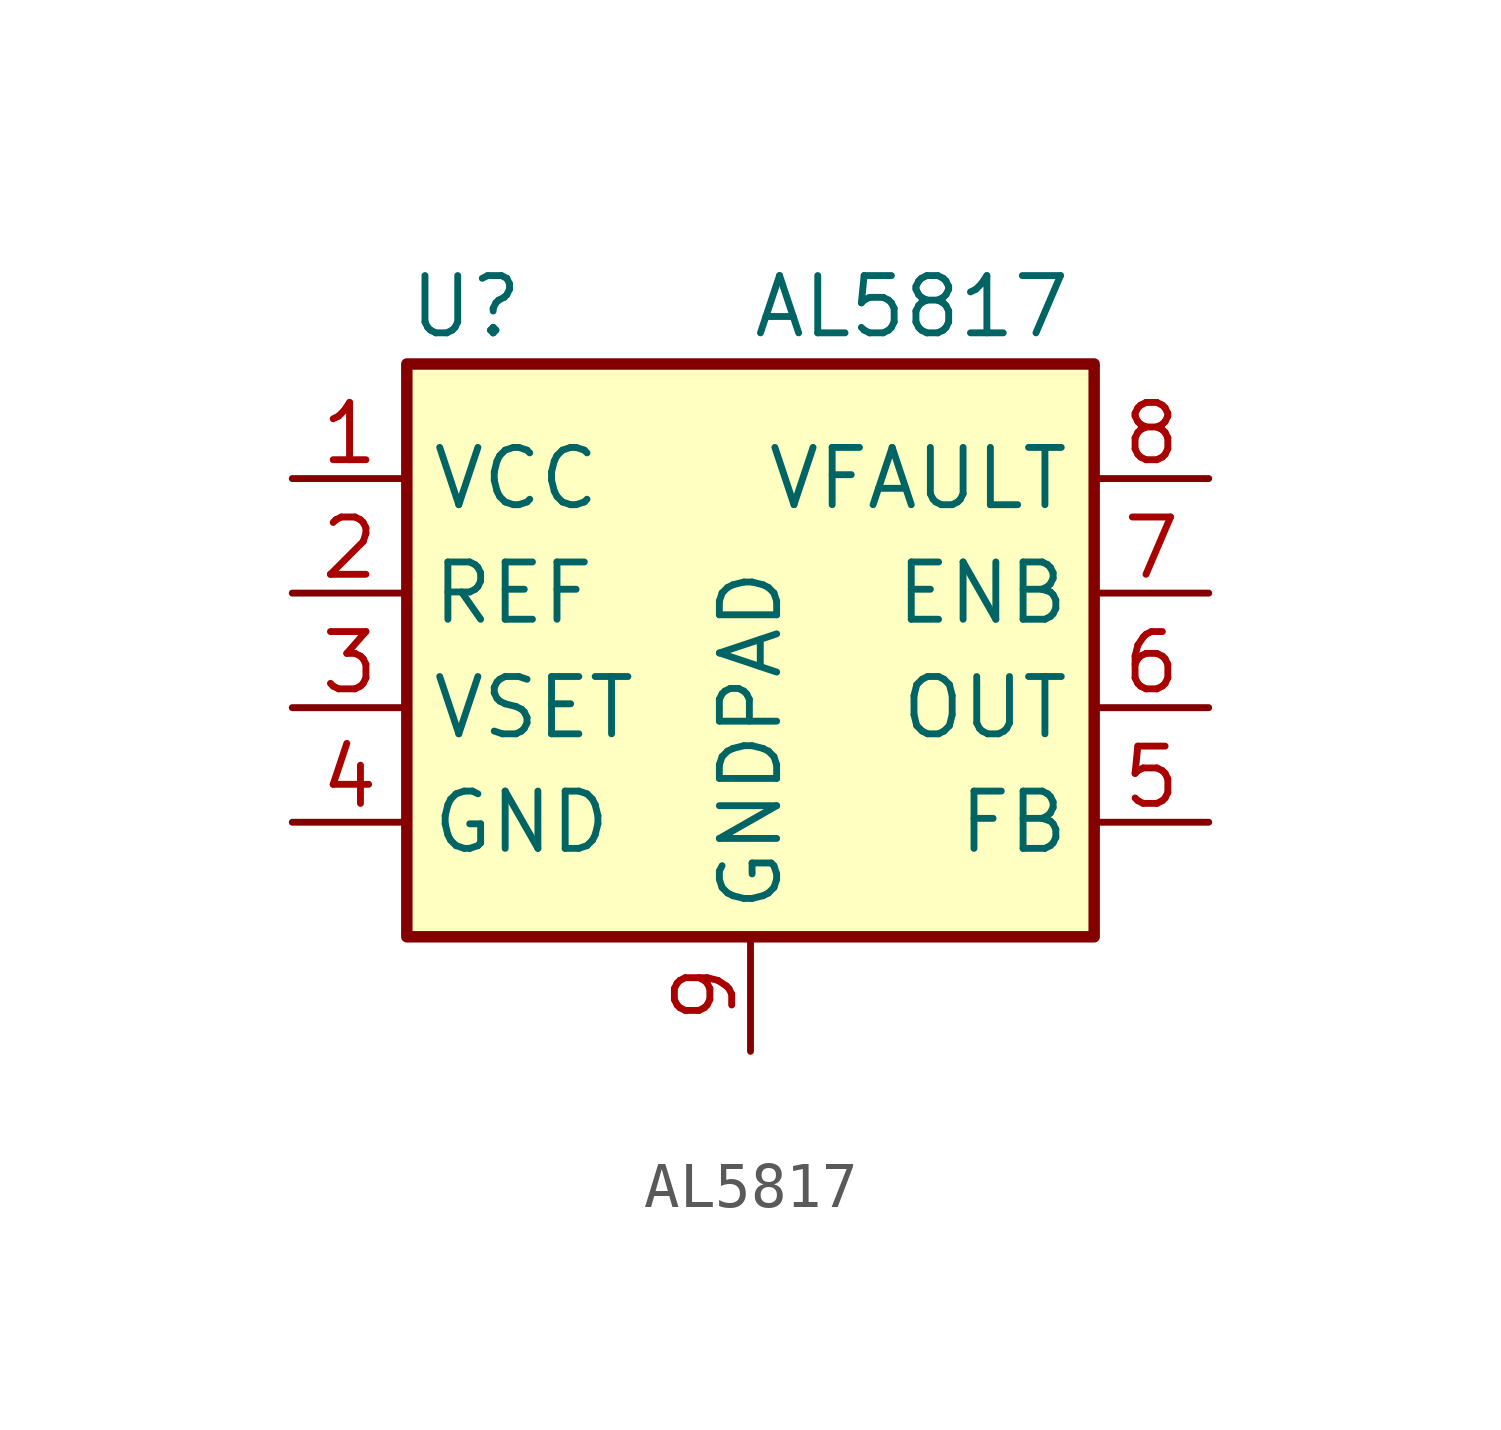
<source format=kicad_sym>
(kicad_symbol_lib
  (version 20220914)
  (generator kicad_symbol_editor)
  (symbol "AL5817"
    (property "Reference" "U"
      (at -7.62 7.62 0)
      (effects (font (size 1.27 1.27)) (justify left)))
    (property "Value" "AL5817"
      (at 0 7.62 0)
      (effects (font (size 1.27 1.27)) (justify left)))
    (symbol "AL5817_0_1"
      (rectangle (start -7.62 6.35) (end 7.62 -6.35) (stroke (width 0.254) (type default)) (fill (type background))))
    (symbol "AL5817_1_1"
      (pin power_in line (at -10.16 3.81 0) (length 2.54) (name "VCC" (effects (font (size 1.27 1.27)))) (number "1" (effects (font (size 1.27 1.27)))))
      (pin output line (at -10.16 1.27 0) (length 2.54) (name "REF" (effects (font (size 1.27 1.27)))) (number "2" (effects (font (size 1.27 1.27)))))
      (pin input line (at -10.16 -1.27 0) (length 2.54) (name "VSET" (effects (font (size 1.27 1.27)))) (number "3" (effects (font (size 1.27 1.27)))))
      (pin power_in line (at -10.16 -3.81 0) (length 2.54) (name "GND" (effects (font (size 1.27 1.27)))) (number "4" (effects (font (size 1.27 1.27)))))
      (pin output line (at 10.16 -3.81 180) (length 2.54) (name "FB" (effects (font (size 1.27 1.27)))) (number "5" (effects (font (size 1.27 1.27)))))
      (pin output line (at 10.16 -1.27 180) (length 2.54) (name "OUT" (effects (font (size 1.27 1.27)))) (number "6" (effects (font (size 1.27 1.27)))))
      (pin input line (at 10.16 1.27 180) (length 2.54) (name "ENB" (effects (font (size 1.27 1.27)))) (number "7" (effects (font (size 1.27 1.27)))))
      (pin input line (at 10.16 3.81 180) (length 2.54) (name "VFAULT" (effects (font (size 1.27 1.27)))) (number "8" (effects (font (size 1.27 1.27)))))
      (pin power_in line (at 0 -8.89 90) (length 2.54) (name "GNDPAD" (effects (font (size 1.27 1.27)))) (number "9" (effects (font (size 1.27 1.27))))))))
</source>
